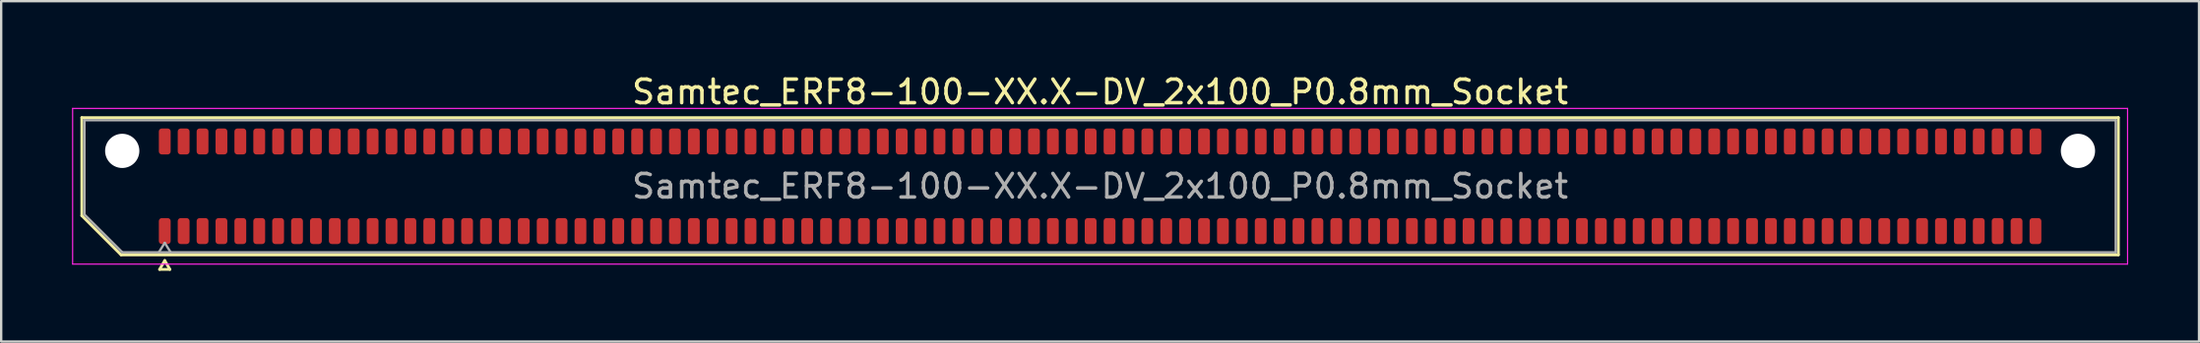
<source format=kicad_pcb>
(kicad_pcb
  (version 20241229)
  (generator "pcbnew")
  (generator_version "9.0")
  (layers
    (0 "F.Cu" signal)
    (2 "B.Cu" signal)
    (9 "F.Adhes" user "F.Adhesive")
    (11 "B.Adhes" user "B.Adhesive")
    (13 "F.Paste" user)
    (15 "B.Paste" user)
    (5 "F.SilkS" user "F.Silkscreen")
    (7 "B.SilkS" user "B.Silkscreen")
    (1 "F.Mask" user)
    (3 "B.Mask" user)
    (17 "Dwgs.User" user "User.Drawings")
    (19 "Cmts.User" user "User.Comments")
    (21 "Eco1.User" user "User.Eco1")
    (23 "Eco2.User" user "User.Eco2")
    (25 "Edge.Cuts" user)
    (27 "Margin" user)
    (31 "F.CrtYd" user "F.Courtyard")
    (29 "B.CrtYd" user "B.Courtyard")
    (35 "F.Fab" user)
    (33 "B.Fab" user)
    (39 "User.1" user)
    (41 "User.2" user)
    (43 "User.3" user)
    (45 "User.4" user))
  (footprint "Samtec_ERF8-100-XX.X-DV_2x100_P0.8mm_Socket"
    (layer "F.Cu")
    (at 43.525 4.848)
    (property "Reference" "Samtec_ERF8-100-XX.X-DV_2x100_P0.8mm_Socket" (at 0 -4 0) (layer "F.SilkS") (effects (font (size 1 1) (thickness 0.15))))
    (attr smd)
    (fp_line (start -43.11 -2.91) (end 43.11 -2.91) (stroke (width 0.12) (type solid)) (layer "F.SilkS"))
    (fp_line (start -43.11 1.246) (end -43.11 -2.91) (stroke (width 0.12) (type solid)) (layer "F.SilkS"))
    (fp_line (start -41.446 2.91) (end -43.11 1.246) (stroke (width 0.12) (type solid)) (layer "F.SilkS"))
    (fp_line (start -39.817 3.525) (end -39.6 3.15) (stroke (width 0.12) (type solid)) (layer "F.SilkS"))
    (fp_line (start -39.6 3.15) (end -39.383 3.525) (stroke (width 0.12) (type solid)) (layer "F.SilkS"))
    (fp_line (start -39.383 3.525) (end -39.817 3.525) (stroke (width 0.12) (type solid)) (layer "F.SilkS"))
    (fp_line (start 43.11 -2.91) (end 43.11 2.91) (stroke (width 0.12) (type solid)) (layer "F.SilkS"))
    (fp_line (start 43.11 2.91) (end -41.446 2.91) (stroke (width 0.12) (type solid)) (layer "F.SilkS"))
    (fp_line (start -43.5 -3.3) (end -43.5 3.3) (stroke (width 0.05) (type solid)) (layer "F.CrtYd"))
    (fp_line (start -43.5 3.3) (end 43.5 3.3) (stroke (width 0.05) (type solid)) (layer "F.CrtYd"))
    (fp_line (start 43.5 -3.3) (end -43.5 -3.3) (stroke (width 0.05) (type solid)) (layer "F.CrtYd"))
    (fp_line (start 43.5 3.3) (end 43.5 -3.3) (stroke (width 0.05) (type solid)) (layer "F.CrtYd"))
    (fp_line (start -43 -2.8) (end 43 -2.8) (stroke (width 0.1) (type solid)) (layer "F.Fab"))
    (fp_line (start -43 1.2) (end -43 -2.8) (stroke (width 0.1) (type solid)) (layer "F.Fab"))
    (fp_line (start -41.4 2.8) (end -43 1.2) (stroke (width 0.1) (type solid)) (layer "F.Fab"))
    (fp_line (start -39.6 2.4) (end -39.85 2.8) (stroke (width 0.1) (type solid)) (layer "F.Fab"))
    (fp_line (start -39.6 2.4) (end -39.35 2.8) (stroke (width 0.1) (type solid)) (layer "F.Fab"))
    (fp_line (start 43 -2.8) (end 43 2.8) (stroke (width 0.1) (type solid)) (layer "F.Fab"))
    (fp_line (start 43 2.8) (end -41.4 2.8) (stroke (width 0.1) (type solid)) (layer "F.Fab"))
    (fp_text user "${REFERENCE}" (at 0 0 0) (layer "F.Fab") (effects (font (size 1 1) (thickness 0.15))))
    (pad "" np_thru_hole circle (at -41.4 -1.5) (size 1.45 1.45) (drill 1.45) (layers "*.Cu" "*.Mask"))
    (pad "" np_thru_hole circle (at 41.4 -1.5) (size 1.45 1.45) (drill 1.45) (layers "*.Cu" "*.Mask"))
    (pad "1" smd roundrect (at -39.6 1.9) (size 0.5 1.1) (layers "F.Cu" "F.Mask" "F.Paste") (roundrect_rratio 0.25))
    (pad "2" smd roundrect (at -39.6 -1.9) (size 0.5 1.1) (layers "F.Cu" "F.Mask" "F.Paste") (roundrect_rratio 0.25))
    (pad "3" smd roundrect (at -38.8 1.9) (size 0.5 1.1) (layers "F.Cu" "F.Mask" "F.Paste") (roundrect_rratio 0.25))
    (pad "4" smd roundrect (at -38.8 -1.9) (size 0.5 1.1) (layers "F.Cu" "F.Mask" "F.Paste") (roundrect_rratio 0.25))
    (pad "5" smd roundrect (at -38 1.9) (size 0.5 1.1) (layers "F.Cu" "F.Mask" "F.Paste") (roundrect_rratio 0.25))
    (pad "6" smd roundrect (at -38 -1.9) (size 0.5 1.1) (layers "F.Cu" "F.Mask" "F.Paste") (roundrect_rratio 0.25))
    (pad "7" smd roundrect (at -37.2 1.9) (size 0.5 1.1) (layers "F.Cu" "F.Mask" "F.Paste") (roundrect_rratio 0.25))
    (pad "8" smd roundrect (at -37.2 -1.9) (size 0.5 1.1) (layers "F.Cu" "F.Mask" "F.Paste") (roundrect_rratio 0.25))
    (pad "9" smd roundrect (at -36.4 1.9) (size 0.5 1.1) (layers "F.Cu" "F.Mask" "F.Paste") (roundrect_rratio 0.25))
    (pad "10" smd roundrect (at -36.4 -1.9) (size 0.5 1.1) (layers "F.Cu" "F.Mask" "F.Paste") (roundrect_rratio 0.25))
    (pad "11" smd roundrect (at -35.6 1.9) (size 0.5 1.1) (layers "F.Cu" "F.Mask" "F.Paste") (roundrect_rratio 0.25))
    (pad "12" smd roundrect (at -35.6 -1.9) (size 0.5 1.1) (layers "F.Cu" "F.Mask" "F.Paste") (roundrect_rratio 0.25))
    (pad "13" smd roundrect (at -34.8 1.9) (size 0.5 1.1) (layers "F.Cu" "F.Mask" "F.Paste") (roundrect_rratio 0.25))
    (pad "14" smd roundrect (at -34.8 -1.9) (size 0.5 1.1) (layers "F.Cu" "F.Mask" "F.Paste") (roundrect_rratio 0.25))
    (pad "15" smd roundrect (at -34 1.9) (size 0.5 1.1) (layers "F.Cu" "F.Mask" "F.Paste") (roundrect_rratio 0.25))
    (pad "16" smd roundrect (at -34 -1.9) (size 0.5 1.1) (layers "F.Cu" "F.Mask" "F.Paste") (roundrect_rratio 0.25))
    (pad "17" smd roundrect (at -33.2 1.9) (size 0.5 1.1) (layers "F.Cu" "F.Mask" "F.Paste") (roundrect_rratio 0.25))
    (pad "18" smd roundrect (at -33.2 -1.9) (size 0.5 1.1) (layers "F.Cu" "F.Mask" "F.Paste") (roundrect_rratio 0.25))
    (pad "19" smd roundrect (at -32.4 1.9) (size 0.5 1.1) (layers "F.Cu" "F.Mask" "F.Paste") (roundrect_rratio 0.25))
    (pad "20" smd roundrect (at -32.4 -1.9) (size 0.5 1.1) (layers "F.Cu" "F.Mask" "F.Paste") (roundrect_rratio 0.25))
    (pad "21" smd roundrect (at -31.6 1.9) (size 0.5 1.1) (layers "F.Cu" "F.Mask" "F.Paste") (roundrect_rratio 0.25))
    (pad "22" smd roundrect (at -31.6 -1.9) (size 0.5 1.1) (layers "F.Cu" "F.Mask" "F.Paste") (roundrect_rratio 0.25))
    (pad "23" smd roundrect (at -30.8 1.9) (size 0.5 1.1) (layers "F.Cu" "F.Mask" "F.Paste") (roundrect_rratio 0.25))
    (pad "24" smd roundrect (at -30.8 -1.9) (size 0.5 1.1) (layers "F.Cu" "F.Mask" "F.Paste") (roundrect_rratio 0.25))
    (pad "25" smd roundrect (at -30 1.9) (size 0.5 1.1) (layers "F.Cu" "F.Mask" "F.Paste") (roundrect_rratio 0.25))
    (pad "26" smd roundrect (at -30 -1.9) (size 0.5 1.1) (layers "F.Cu" "F.Mask" "F.Paste") (roundrect_rratio 0.25))
    (pad "27" smd roundrect (at -29.2 1.9) (size 0.5 1.1) (layers "F.Cu" "F.Mask" "F.Paste") (roundrect_rratio 0.25))
    (pad "28" smd roundrect (at -29.2 -1.9) (size 0.5 1.1) (layers "F.Cu" "F.Mask" "F.Paste") (roundrect_rratio 0.25))
    (pad "29" smd roundrect (at -28.4 1.9) (size 0.5 1.1) (layers "F.Cu" "F.Mask" "F.Paste") (roundrect_rratio 0.25))
    (pad "30" smd roundrect (at -28.4 -1.9) (size 0.5 1.1) (layers "F.Cu" "F.Mask" "F.Paste") (roundrect_rratio 0.25))
    (pad "31" smd roundrect (at -27.6 1.9) (size 0.5 1.1) (layers "F.Cu" "F.Mask" "F.Paste") (roundrect_rratio 0.25))
    (pad "32" smd roundrect (at -27.6 -1.9) (size 0.5 1.1) (layers "F.Cu" "F.Mask" "F.Paste") (roundrect_rratio 0.25))
    (pad "33" smd roundrect (at -26.8 1.9) (size 0.5 1.1) (layers "F.Cu" "F.Mask" "F.Paste") (roundrect_rratio 0.25))
    (pad "34" smd roundrect (at -26.8 -1.9) (size 0.5 1.1) (layers "F.Cu" "F.Mask" "F.Paste") (roundrect_rratio 0.25))
    (pad "35" smd roundrect (at -26 1.9) (size 0.5 1.1) (layers "F.Cu" "F.Mask" "F.Paste") (roundrect_rratio 0.25))
    (pad "36" smd roundrect (at -26 -1.9) (size 0.5 1.1) (layers "F.Cu" "F.Mask" "F.Paste") (roundrect_rratio 0.25))
    (pad "37" smd roundrect (at -25.2 1.9) (size 0.5 1.1) (layers "F.Cu" "F.Mask" "F.Paste") (roundrect_rratio 0.25))
    (pad "38" smd roundrect (at -25.2 -1.9) (size 0.5 1.1) (layers "F.Cu" "F.Mask" "F.Paste") (roundrect_rratio 0.25))
    (pad "39" smd roundrect (at -24.4 1.9) (size 0.5 1.1) (layers "F.Cu" "F.Mask" "F.Paste") (roundrect_rratio 0.25))
    (pad "40" smd roundrect (at -24.4 -1.9) (size 0.5 1.1) (layers "F.Cu" "F.Mask" "F.Paste") (roundrect_rratio 0.25))
    (pad "41" smd roundrect (at -23.6 1.9) (size 0.5 1.1) (layers "F.Cu" "F.Mask" "F.Paste") (roundrect_rratio 0.25))
    (pad "42" smd roundrect (at -23.6 -1.9) (size 0.5 1.1) (layers "F.Cu" "F.Mask" "F.Paste") (roundrect_rratio 0.25))
    (pad "43" smd roundrect (at -22.8 1.9) (size 0.5 1.1) (layers "F.Cu" "F.Mask" "F.Paste") (roundrect_rratio 0.25))
    (pad "44" smd roundrect (at -22.8 -1.9) (size 0.5 1.1) (layers "F.Cu" "F.Mask" "F.Paste") (roundrect_rratio 0.25))
    (pad "45" smd roundrect (at -22 1.9) (size 0.5 1.1) (layers "F.Cu" "F.Mask" "F.Paste") (roundrect_rratio 0.25))
    (pad "46" smd roundrect (at -22 -1.9) (size 0.5 1.1) (layers "F.Cu" "F.Mask" "F.Paste") (roundrect_rratio 0.25))
    (pad "47" smd roundrect (at -21.2 1.9) (size 0.5 1.1) (layers "F.Cu" "F.Mask" "F.Paste") (roundrect_rratio 0.25))
    (pad "48" smd roundrect (at -21.2 -1.9) (size 0.5 1.1) (layers "F.Cu" "F.Mask" "F.Paste") (roundrect_rratio 0.25))
    (pad "49" smd roundrect (at -20.4 1.9) (size 0.5 1.1) (layers "F.Cu" "F.Mask" "F.Paste") (roundrect_rratio 0.25))
    (pad "50" smd roundrect (at -20.4 -1.9) (size 0.5 1.1) (layers "F.Cu" "F.Mask" "F.Paste") (roundrect_rratio 0.25))
    (pad "51" smd roundrect (at -19.6 1.9) (size 0.5 1.1) (layers "F.Cu" "F.Mask" "F.Paste") (roundrect_rratio 0.25))
    (pad "52" smd roundrect (at -19.6 -1.9) (size 0.5 1.1) (layers "F.Cu" "F.Mask" "F.Paste") (roundrect_rratio 0.25))
    (pad "53" smd roundrect (at -18.8 1.9) (size 0.5 1.1) (layers "F.Cu" "F.Mask" "F.Paste") (roundrect_rratio 0.25))
    (pad "54" smd roundrect (at -18.8 -1.9) (size 0.5 1.1) (layers "F.Cu" "F.Mask" "F.Paste") (roundrect_rratio 0.25))
    (pad "55" smd roundrect (at -18 1.9) (size 0.5 1.1) (layers "F.Cu" "F.Mask" "F.Paste") (roundrect_rratio 0.25))
    (pad "56" smd roundrect (at -18 -1.9) (size 0.5 1.1) (layers "F.Cu" "F.Mask" "F.Paste") (roundrect_rratio 0.25))
    (pad "57" smd roundrect (at -17.2 1.9) (size 0.5 1.1) (layers "F.Cu" "F.Mask" "F.Paste") (roundrect_rratio 0.25))
    (pad "58" smd roundrect (at -17.2 -1.9) (size 0.5 1.1) (layers "F.Cu" "F.Mask" "F.Paste") (roundrect_rratio 0.25))
    (pad "59" smd roundrect (at -16.4 1.9) (size 0.5 1.1) (layers "F.Cu" "F.Mask" "F.Paste") (roundrect_rratio 0.25))
    (pad "60" smd roundrect (at -16.4 -1.9) (size 0.5 1.1) (layers "F.Cu" "F.Mask" "F.Paste") (roundrect_rratio 0.25))
    (pad "61" smd roundrect (at -15.6 1.9) (size 0.5 1.1) (layers "F.Cu" "F.Mask" "F.Paste") (roundrect_rratio 0.25))
    (pad "62" smd roundrect (at -15.6 -1.9) (size 0.5 1.1) (layers "F.Cu" "F.Mask" "F.Paste") (roundrect_rratio 0.25))
    (pad "63" smd roundrect (at -14.8 1.9) (size 0.5 1.1) (layers "F.Cu" "F.Mask" "F.Paste") (roundrect_rratio 0.25))
    (pad "64" smd roundrect (at -14.8 -1.9) (size 0.5 1.1) (layers "F.Cu" "F.Mask" "F.Paste") (roundrect_rratio 0.25))
    (pad "65" smd roundrect (at -14 1.9) (size 0.5 1.1) (layers "F.Cu" "F.Mask" "F.Paste") (roundrect_rratio 0.25))
    (pad "66" smd roundrect (at -14 -1.9) (size 0.5 1.1) (layers "F.Cu" "F.Mask" "F.Paste") (roundrect_rratio 0.25))
    (pad "67" smd roundrect (at -13.2 1.9) (size 0.5 1.1) (layers "F.Cu" "F.Mask" "F.Paste") (roundrect_rratio 0.25))
    (pad "68" smd roundrect (at -13.2 -1.9) (size 0.5 1.1) (layers "F.Cu" "F.Mask" "F.Paste") (roundrect_rratio 0.25))
    (pad "69" smd roundrect (at -12.4 1.9) (size 0.5 1.1) (layers "F.Cu" "F.Mask" "F.Paste") (roundrect_rratio 0.25))
    (pad "70" smd roundrect (at -12.4 -1.9) (size 0.5 1.1) (layers "F.Cu" "F.Mask" "F.Paste") (roundrect_rratio 0.25))
    (pad "71" smd roundrect (at -11.6 1.9) (size 0.5 1.1) (layers "F.Cu" "F.Mask" "F.Paste") (roundrect_rratio 0.25))
    (pad "72" smd roundrect (at -11.6 -1.9) (size 0.5 1.1) (layers "F.Cu" "F.Mask" "F.Paste") (roundrect_rratio 0.25))
    (pad "73" smd roundrect (at -10.8 1.9) (size 0.5 1.1) (layers "F.Cu" "F.Mask" "F.Paste") (roundrect_rratio 0.25))
    (pad "74" smd roundrect (at -10.8 -1.9) (size 0.5 1.1) (layers "F.Cu" "F.Mask" "F.Paste") (roundrect_rratio 0.25))
    (pad "75" smd roundrect (at -10 1.9) (size 0.5 1.1) (layers "F.Cu" "F.Mask" "F.Paste") (roundrect_rratio 0.25))
    (pad "76" smd roundrect (at -10 -1.9) (size 0.5 1.1) (layers "F.Cu" "F.Mask" "F.Paste") (roundrect_rratio 0.25))
    (pad "77" smd roundrect (at -9.2 1.9) (size 0.5 1.1) (layers "F.Cu" "F.Mask" "F.Paste") (roundrect_rratio 0.25))
    (pad "78" smd roundrect (at -9.2 -1.9) (size 0.5 1.1) (layers "F.Cu" "F.Mask" "F.Paste") (roundrect_rratio 0.25))
    (pad "79" smd roundrect (at -8.4 1.9) (size 0.5 1.1) (layers "F.Cu" "F.Mask" "F.Paste") (roundrect_rratio 0.25))
    (pad "80" smd roundrect (at -8.4 -1.9) (size 0.5 1.1) (layers "F.Cu" "F.Mask" "F.Paste") (roundrect_rratio 0.25))
    (pad "81" smd roundrect (at -7.6 1.9) (size 0.5 1.1) (layers "F.Cu" "F.Mask" "F.Paste") (roundrect_rratio 0.25))
    (pad "82" smd roundrect (at -7.6 -1.9) (size 0.5 1.1) (layers "F.Cu" "F.Mask" "F.Paste") (roundrect_rratio 0.25))
    (pad "83" smd roundrect (at -6.8 1.9) (size 0.5 1.1) (layers "F.Cu" "F.Mask" "F.Paste") (roundrect_rratio 0.25))
    (pad "84" smd roundrect (at -6.8 -1.9) (size 0.5 1.1) (layers "F.Cu" "F.Mask" "F.Paste") (roundrect_rratio 0.25))
    (pad "85" smd roundrect (at -6 1.9) (size 0.5 1.1) (layers "F.Cu" "F.Mask" "F.Paste") (roundrect_rratio 0.25))
    (pad "86" smd roundrect (at -6 -1.9) (size 0.5 1.1) (layers "F.Cu" "F.Mask" "F.Paste") (roundrect_rratio 0.25))
    (pad "87" smd roundrect (at -5.2 1.9) (size 0.5 1.1) (layers "F.Cu" "F.Mask" "F.Paste") (roundrect_rratio 0.25))
    (pad "88" smd roundrect (at -5.2 -1.9) (size 0.5 1.1) (layers "F.Cu" "F.Mask" "F.Paste") (roundrect_rratio 0.25))
    (pad "89" smd roundrect (at -4.4 1.9) (size 0.5 1.1) (layers "F.Cu" "F.Mask" "F.Paste") (roundrect_rratio 0.25))
    (pad "90" smd roundrect (at -4.4 -1.9) (size 0.5 1.1) (layers "F.Cu" "F.Mask" "F.Paste") (roundrect_rratio 0.25))
    (pad "91" smd roundrect (at -3.6 1.9) (size 0.5 1.1) (layers "F.Cu" "F.Mask" "F.Paste") (roundrect_rratio 0.25))
    (pad "92" smd roundrect (at -3.6 -1.9) (size 0.5 1.1) (layers "F.Cu" "F.Mask" "F.Paste") (roundrect_rratio 0.25))
    (pad "93" smd roundrect (at -2.8 1.9) (size 0.5 1.1) (layers "F.Cu" "F.Mask" "F.Paste") (roundrect_rratio 0.25))
    (pad "94" smd roundrect (at -2.8 -1.9) (size 0.5 1.1) (layers "F.Cu" "F.Mask" "F.Paste") (roundrect_rratio 0.25))
    (pad "95" smd roundrect (at -2 1.9) (size 0.5 1.1) (layers "F.Cu" "F.Mask" "F.Paste") (roundrect_rratio 0.25))
    (pad "96" smd roundrect (at -2 -1.9) (size 0.5 1.1) (layers "F.Cu" "F.Mask" "F.Paste") (roundrect_rratio 0.25))
    (pad "97" smd roundrect (at -1.2 1.9) (size 0.5 1.1) (layers "F.Cu" "F.Mask" "F.Paste") (roundrect_rratio 0.25))
    (pad "98" smd roundrect (at -1.2 -1.9) (size 0.5 1.1) (layers "F.Cu" "F.Mask" "F.Paste") (roundrect_rratio 0.25))
    (pad "99" smd roundrect (at -0.4 1.9) (size 0.5 1.1) (layers "F.Cu" "F.Mask" "F.Paste") (roundrect_rratio 0.25))
    (pad "100" smd roundrect (at -0.4 -1.9) (size 0.5 1.1) (layers "F.Cu" "F.Mask" "F.Paste") (roundrect_rratio 0.25))
    (pad "101" smd roundrect (at 0.4 1.9) (size 0.5 1.1) (layers "F.Cu" "F.Mask" "F.Paste") (roundrect_rratio 0.25))
    (pad "102" smd roundrect (at 0.4 -1.9) (size 0.5 1.1) (layers "F.Cu" "F.Mask" "F.Paste") (roundrect_rratio 0.25))
    (pad "103" smd roundrect (at 1.2 1.9) (size 0.5 1.1) (layers "F.Cu" "F.Mask" "F.Paste") (roundrect_rratio 0.25))
    (pad "104" smd roundrect (at 1.2 -1.9) (size 0.5 1.1) (layers "F.Cu" "F.Mask" "F.Paste") (roundrect_rratio 0.25))
    (pad "105" smd roundrect (at 2 1.9) (size 0.5 1.1) (layers "F.Cu" "F.Mask" "F.Paste") (roundrect_rratio 0.25))
    (pad "106" smd roundrect (at 2 -1.9) (size 0.5 1.1) (layers "F.Cu" "F.Mask" "F.Paste") (roundrect_rratio 0.25))
    (pad "107" smd roundrect (at 2.8 1.9) (size 0.5 1.1) (layers "F.Cu" "F.Mask" "F.Paste") (roundrect_rratio 0.25))
    (pad "108" smd roundrect (at 2.8 -1.9) (size 0.5 1.1) (layers "F.Cu" "F.Mask" "F.Paste") (roundrect_rratio 0.25))
    (pad "109" smd roundrect (at 3.6 1.9) (size 0.5 1.1) (layers "F.Cu" "F.Mask" "F.Paste") (roundrect_rratio 0.25))
    (pad "110" smd roundrect (at 3.6 -1.9) (size 0.5 1.1) (layers "F.Cu" "F.Mask" "F.Paste") (roundrect_rratio 0.25))
    (pad "111" smd roundrect (at 4.4 1.9) (size 0.5 1.1) (layers "F.Cu" "F.Mask" "F.Paste") (roundrect_rratio 0.25))
    (pad "112" smd roundrect (at 4.4 -1.9) (size 0.5 1.1) (layers "F.Cu" "F.Mask" "F.Paste") (roundrect_rratio 0.25))
    (pad "113" smd roundrect (at 5.2 1.9) (size 0.5 1.1) (layers "F.Cu" "F.Mask" "F.Paste") (roundrect_rratio 0.25))
    (pad "114" smd roundrect (at 5.2 -1.9) (size 0.5 1.1) (layers "F.Cu" "F.Mask" "F.Paste") (roundrect_rratio 0.25))
    (pad "115" smd roundrect (at 6 1.9) (size 0.5 1.1) (layers "F.Cu" "F.Mask" "F.Paste") (roundrect_rratio 0.25))
    (pad "116" smd roundrect (at 6 -1.9) (size 0.5 1.1) (layers "F.Cu" "F.Mask" "F.Paste") (roundrect_rratio 0.25))
    (pad "117" smd roundrect (at 6.8 1.9) (size 0.5 1.1) (layers "F.Cu" "F.Mask" "F.Paste") (roundrect_rratio 0.25))
    (pad "118" smd roundrect (at 6.8 -1.9) (size 0.5 1.1) (layers "F.Cu" "F.Mask" "F.Paste") (roundrect_rratio 0.25))
    (pad "119" smd roundrect (at 7.6 1.9) (size 0.5 1.1) (layers "F.Cu" "F.Mask" "F.Paste") (roundrect_rratio 0.25))
    (pad "120" smd roundrect (at 7.6 -1.9) (size 0.5 1.1) (layers "F.Cu" "F.Mask" "F.Paste") (roundrect_rratio 0.25))
    (pad "121" smd roundrect (at 8.4 1.9) (size 0.5 1.1) (layers "F.Cu" "F.Mask" "F.Paste") (roundrect_rratio 0.25))
    (pad "122" smd roundrect (at 8.4 -1.9) (size 0.5 1.1) (layers "F.Cu" "F.Mask" "F.Paste") (roundrect_rratio 0.25))
    (pad "123" smd roundrect (at 9.2 1.9) (size 0.5 1.1) (layers "F.Cu" "F.Mask" "F.Paste") (roundrect_rratio 0.25))
    (pad "124" smd roundrect (at 9.2 -1.9) (size 0.5 1.1) (layers "F.Cu" "F.Mask" "F.Paste") (roundrect_rratio 0.25))
    (pad "125" smd roundrect (at 10 1.9) (size 0.5 1.1) (layers "F.Cu" "F.Mask" "F.Paste") (roundrect_rratio 0.25))
    (pad "126" smd roundrect (at 10 -1.9) (size 0.5 1.1) (layers "F.Cu" "F.Mask" "F.Paste") (roundrect_rratio 0.25))
    (pad "127" smd roundrect (at 10.8 1.9) (size 0.5 1.1) (layers "F.Cu" "F.Mask" "F.Paste") (roundrect_rratio 0.25))
    (pad "128" smd roundrect (at 10.8 -1.9) (size 0.5 1.1) (layers "F.Cu" "F.Mask" "F.Paste") (roundrect_rratio 0.25))
    (pad "129" smd roundrect (at 11.6 1.9) (size 0.5 1.1) (layers "F.Cu" "F.Mask" "F.Paste") (roundrect_rratio 0.25))
    (pad "130" smd roundrect (at 11.6 -1.9) (size 0.5 1.1) (layers "F.Cu" "F.Mask" "F.Paste") (roundrect_rratio 0.25))
    (pad "131" smd roundrect (at 12.4 1.9) (size 0.5 1.1) (layers "F.Cu" "F.Mask" "F.Paste") (roundrect_rratio 0.25))
    (pad "132" smd roundrect (at 12.4 -1.9) (size 0.5 1.1) (layers "F.Cu" "F.Mask" "F.Paste") (roundrect_rratio 0.25))
    (pad "133" smd roundrect (at 13.2 1.9) (size 0.5 1.1) (layers "F.Cu" "F.Mask" "F.Paste") (roundrect_rratio 0.25))
    (pad "134" smd roundrect (at 13.2 -1.9) (size 0.5 1.1) (layers "F.Cu" "F.Mask" "F.Paste") (roundrect_rratio 0.25))
    (pad "135" smd roundrect (at 14 1.9) (size 0.5 1.1) (layers "F.Cu" "F.Mask" "F.Paste") (roundrect_rratio 0.25))
    (pad "136" smd roundrect (at 14 -1.9) (size 0.5 1.1) (layers "F.Cu" "F.Mask" "F.Paste") (roundrect_rratio 0.25))
    (pad "137" smd roundrect (at 14.8 1.9) (size 0.5 1.1) (layers "F.Cu" "F.Mask" "F.Paste") (roundrect_rratio 0.25))
    (pad "138" smd roundrect (at 14.8 -1.9) (size 0.5 1.1) (layers "F.Cu" "F.Mask" "F.Paste") (roundrect_rratio 0.25))
    (pad "139" smd roundrect (at 15.6 1.9) (size 0.5 1.1) (layers "F.Cu" "F.Mask" "F.Paste") (roundrect_rratio 0.25))
    (pad "140" smd roundrect (at 15.6 -1.9) (size 0.5 1.1) (layers "F.Cu" "F.Mask" "F.Paste") (roundrect_rratio 0.25))
    (pad "141" smd roundrect (at 16.4 1.9) (size 0.5 1.1) (layers "F.Cu" "F.Mask" "F.Paste") (roundrect_rratio 0.25))
    (pad "142" smd roundrect (at 16.4 -1.9) (size 0.5 1.1) (layers "F.Cu" "F.Mask" "F.Paste") (roundrect_rratio 0.25))
    (pad "143" smd roundrect (at 17.2 1.9) (size 0.5 1.1) (layers "F.Cu" "F.Mask" "F.Paste") (roundrect_rratio 0.25))
    (pad "144" smd roundrect (at 17.2 -1.9) (size 0.5 1.1) (layers "F.Cu" "F.Mask" "F.Paste") (roundrect_rratio 0.25))
    (pad "145" smd roundrect (at 18 1.9) (size 0.5 1.1) (layers "F.Cu" "F.Mask" "F.Paste") (roundrect_rratio 0.25))
    (pad "146" smd roundrect (at 18 -1.9) (size 0.5 1.1) (layers "F.Cu" "F.Mask" "F.Paste") (roundrect_rratio 0.25))
    (pad "147" smd roundrect (at 18.8 1.9) (size 0.5 1.1) (layers "F.Cu" "F.Mask" "F.Paste") (roundrect_rratio 0.25))
    (pad "148" smd roundrect (at 18.8 -1.9) (size 0.5 1.1) (layers "F.Cu" "F.Mask" "F.Paste") (roundrect_rratio 0.25))
    (pad "149" smd roundrect (at 19.6 1.9) (size 0.5 1.1) (layers "F.Cu" "F.Mask" "F.Paste") (roundrect_rratio 0.25))
    (pad "150" smd roundrect (at 19.6 -1.9) (size 0.5 1.1) (layers "F.Cu" "F.Mask" "F.Paste") (roundrect_rratio 0.25))
    (pad "151" smd roundrect (at 20.4 1.9) (size 0.5 1.1) (layers "F.Cu" "F.Mask" "F.Paste") (roundrect_rratio 0.25))
    (pad "152" smd roundrect (at 20.4 -1.9) (size 0.5 1.1) (layers "F.Cu" "F.Mask" "F.Paste") (roundrect_rratio 0.25))
    (pad "153" smd roundrect (at 21.2 1.9) (size 0.5 1.1) (layers "F.Cu" "F.Mask" "F.Paste") (roundrect_rratio 0.25))
    (pad "154" smd roundrect (at 21.2 -1.9) (size 0.5 1.1) (layers "F.Cu" "F.Mask" "F.Paste") (roundrect_rratio 0.25))
    (pad "155" smd roundrect (at 22 1.9) (size 0.5 1.1) (layers "F.Cu" "F.Mask" "F.Paste") (roundrect_rratio 0.25))
    (pad "156" smd roundrect (at 22 -1.9) (size 0.5 1.1) (layers "F.Cu" "F.Mask" "F.Paste") (roundrect_rratio 0.25))
    (pad "157" smd roundrect (at 22.8 1.9) (size 0.5 1.1) (layers "F.Cu" "F.Mask" "F.Paste") (roundrect_rratio 0.25))
    (pad "158" smd roundrect (at 22.8 -1.9) (size 0.5 1.1) (layers "F.Cu" "F.Mask" "F.Paste") (roundrect_rratio 0.25))
    (pad "159" smd roundrect (at 23.6 1.9) (size 0.5 1.1) (layers "F.Cu" "F.Mask" "F.Paste") (roundrect_rratio 0.25))
    (pad "160" smd roundrect (at 23.6 -1.9) (size 0.5 1.1) (layers "F.Cu" "F.Mask" "F.Paste") (roundrect_rratio 0.25))
    (pad "161" smd roundrect (at 24.4 1.9) (size 0.5 1.1) (layers "F.Cu" "F.Mask" "F.Paste") (roundrect_rratio 0.25))
    (pad "162" smd roundrect (at 24.4 -1.9) (size 0.5 1.1) (layers "F.Cu" "F.Mask" "F.Paste") (roundrect_rratio 0.25))
    (pad "163" smd roundrect (at 25.2 1.9) (size 0.5 1.1) (layers "F.Cu" "F.Mask" "F.Paste") (roundrect_rratio 0.25))
    (pad "164" smd roundrect (at 25.2 -1.9) (size 0.5 1.1) (layers "F.Cu" "F.Mask" "F.Paste") (roundrect_rratio 0.25))
    (pad "165" smd roundrect (at 26 1.9) (size 0.5 1.1) (layers "F.Cu" "F.Mask" "F.Paste") (roundrect_rratio 0.25))
    (pad "166" smd roundrect (at 26 -1.9) (size 0.5 1.1) (layers "F.Cu" "F.Mask" "F.Paste") (roundrect_rratio 0.25))
    (pad "167" smd roundrect (at 26.8 1.9) (size 0.5 1.1) (layers "F.Cu" "F.Mask" "F.Paste") (roundrect_rratio 0.25))
    (pad "168" smd roundrect (at 26.8 -1.9) (size 0.5 1.1) (layers "F.Cu" "F.Mask" "F.Paste") (roundrect_rratio 0.25))
    (pad "169" smd roundrect (at 27.6 1.9) (size 0.5 1.1) (layers "F.Cu" "F.Mask" "F.Paste") (roundrect_rratio 0.25))
    (pad "170" smd roundrect (at 27.6 -1.9) (size 0.5 1.1) (layers "F.Cu" "F.Mask" "F.Paste") (roundrect_rratio 0.25))
    (pad "171" smd roundrect (at 28.4 1.9) (size 0.5 1.1) (layers "F.Cu" "F.Mask" "F.Paste") (roundrect_rratio 0.25))
    (pad "172" smd roundrect (at 28.4 -1.9) (size 0.5 1.1) (layers "F.Cu" "F.Mask" "F.Paste") (roundrect_rratio 0.25))
    (pad "173" smd roundrect (at 29.2 1.9) (size 0.5 1.1) (layers "F.Cu" "F.Mask" "F.Paste") (roundrect_rratio 0.25))
    (pad "174" smd roundrect (at 29.2 -1.9) (size 0.5 1.1) (layers "F.Cu" "F.Mask" "F.Paste") (roundrect_rratio 0.25))
    (pad "175" smd roundrect (at 30 1.9) (size 0.5 1.1) (layers "F.Cu" "F.Mask" "F.Paste") (roundrect_rratio 0.25))
    (pad "176" smd roundrect (at 30 -1.9) (size 0.5 1.1) (layers "F.Cu" "F.Mask" "F.Paste") (roundrect_rratio 0.25))
    (pad "177" smd roundrect (at 30.8 1.9) (size 0.5 1.1) (layers "F.Cu" "F.Mask" "F.Paste") (roundrect_rratio 0.25))
    (pad "178" smd roundrect (at 30.8 -1.9) (size 0.5 1.1) (layers "F.Cu" "F.Mask" "F.Paste") (roundrect_rratio 0.25))
    (pad "179" smd roundrect (at 31.6 1.9) (size 0.5 1.1) (layers "F.Cu" "F.Mask" "F.Paste") (roundrect_rratio 0.25))
    (pad "180" smd roundrect (at 31.6 -1.9) (size 0.5 1.1) (layers "F.Cu" "F.Mask" "F.Paste") (roundrect_rratio 0.25))
    (pad "181" smd roundrect (at 32.4 1.9) (size 0.5 1.1) (layers "F.Cu" "F.Mask" "F.Paste") (roundrect_rratio 0.25))
    (pad "182" smd roundrect (at 32.4 -1.9) (size 0.5 1.1) (layers "F.Cu" "F.Mask" "F.Paste") (roundrect_rratio 0.25))
    (pad "183" smd roundrect (at 33.2 1.9) (size 0.5 1.1) (layers "F.Cu" "F.Mask" "F.Paste") (roundrect_rratio 0.25))
    (pad "184" smd roundrect (at 33.2 -1.9) (size 0.5 1.1) (layers "F.Cu" "F.Mask" "F.Paste") (roundrect_rratio 0.25))
    (pad "185" smd roundrect (at 34 1.9) (size 0.5 1.1) (layers "F.Cu" "F.Mask" "F.Paste") (roundrect_rratio 0.25))
    (pad "186" smd roundrect (at 34 -1.9) (size 0.5 1.1) (layers "F.Cu" "F.Mask" "F.Paste") (roundrect_rratio 0.25))
    (pad "187" smd roundrect (at 34.8 1.9) (size 0.5 1.1) (layers "F.Cu" "F.Mask" "F.Paste") (roundrect_rratio 0.25))
    (pad "188" smd roundrect (at 34.8 -1.9) (size 0.5 1.1) (layers "F.Cu" "F.Mask" "F.Paste") (roundrect_rratio 0.25))
    (pad "189" smd roundrect (at 35.6 1.9) (size 0.5 1.1) (layers "F.Cu" "F.Mask" "F.Paste") (roundrect_rratio 0.25))
    (pad "190" smd roundrect (at 35.6 -1.9) (size 0.5 1.1) (layers "F.Cu" "F.Mask" "F.Paste") (roundrect_rratio 0.25))
    (pad "191" smd roundrect (at 36.4 1.9) (size 0.5 1.1) (layers "F.Cu" "F.Mask" "F.Paste") (roundrect_rratio 0.25))
    (pad "192" smd roundrect (at 36.4 -1.9) (size 0.5 1.1) (layers "F.Cu" "F.Mask" "F.Paste") (roundrect_rratio 0.25))
    (pad "193" smd roundrect (at 37.2 1.9) (size 0.5 1.1) (layers "F.Cu" "F.Mask" "F.Paste") (roundrect_rratio 0.25))
    (pad "194" smd roundrect (at 37.2 -1.9) (size 0.5 1.1) (layers "F.Cu" "F.Mask" "F.Paste") (roundrect_rratio 0.25))
    (pad "195" smd roundrect (at 38 1.9) (size 0.5 1.1) (layers "F.Cu" "F.Mask" "F.Paste") (roundrect_rratio 0.25))
    (pad "196" smd roundrect (at 38 -1.9) (size 0.5 1.1) (layers "F.Cu" "F.Mask" "F.Paste") (roundrect_rratio 0.25))
    (pad "197" smd roundrect (at 38.8 1.9) (size 0.5 1.1) (layers "F.Cu" "F.Mask" "F.Paste") (roundrect_rratio 0.25))
    (pad "198" smd roundrect (at 38.8 -1.9) (size 0.5 1.1) (layers "F.Cu" "F.Mask" "F.Paste") (roundrect_rratio 0.25))
    (pad "199" smd roundrect (at 39.6 1.9) (size 0.5 1.1) (layers "F.Cu" "F.Mask" "F.Paste") (roundrect_rratio 0.25))
    (pad "200" smd roundrect (at 39.6 -1.9) (size 0.5 1.1) (layers "F.Cu" "F.Mask" "F.Paste") (roundrect_rratio 0.25)))
  (gr_rect
    (start -3 -3)
    (end 90.05 11.433)
    (stroke (width 0.1) (type default))
    (fill no)
    (layer "Edge.Cuts")))
</source>
